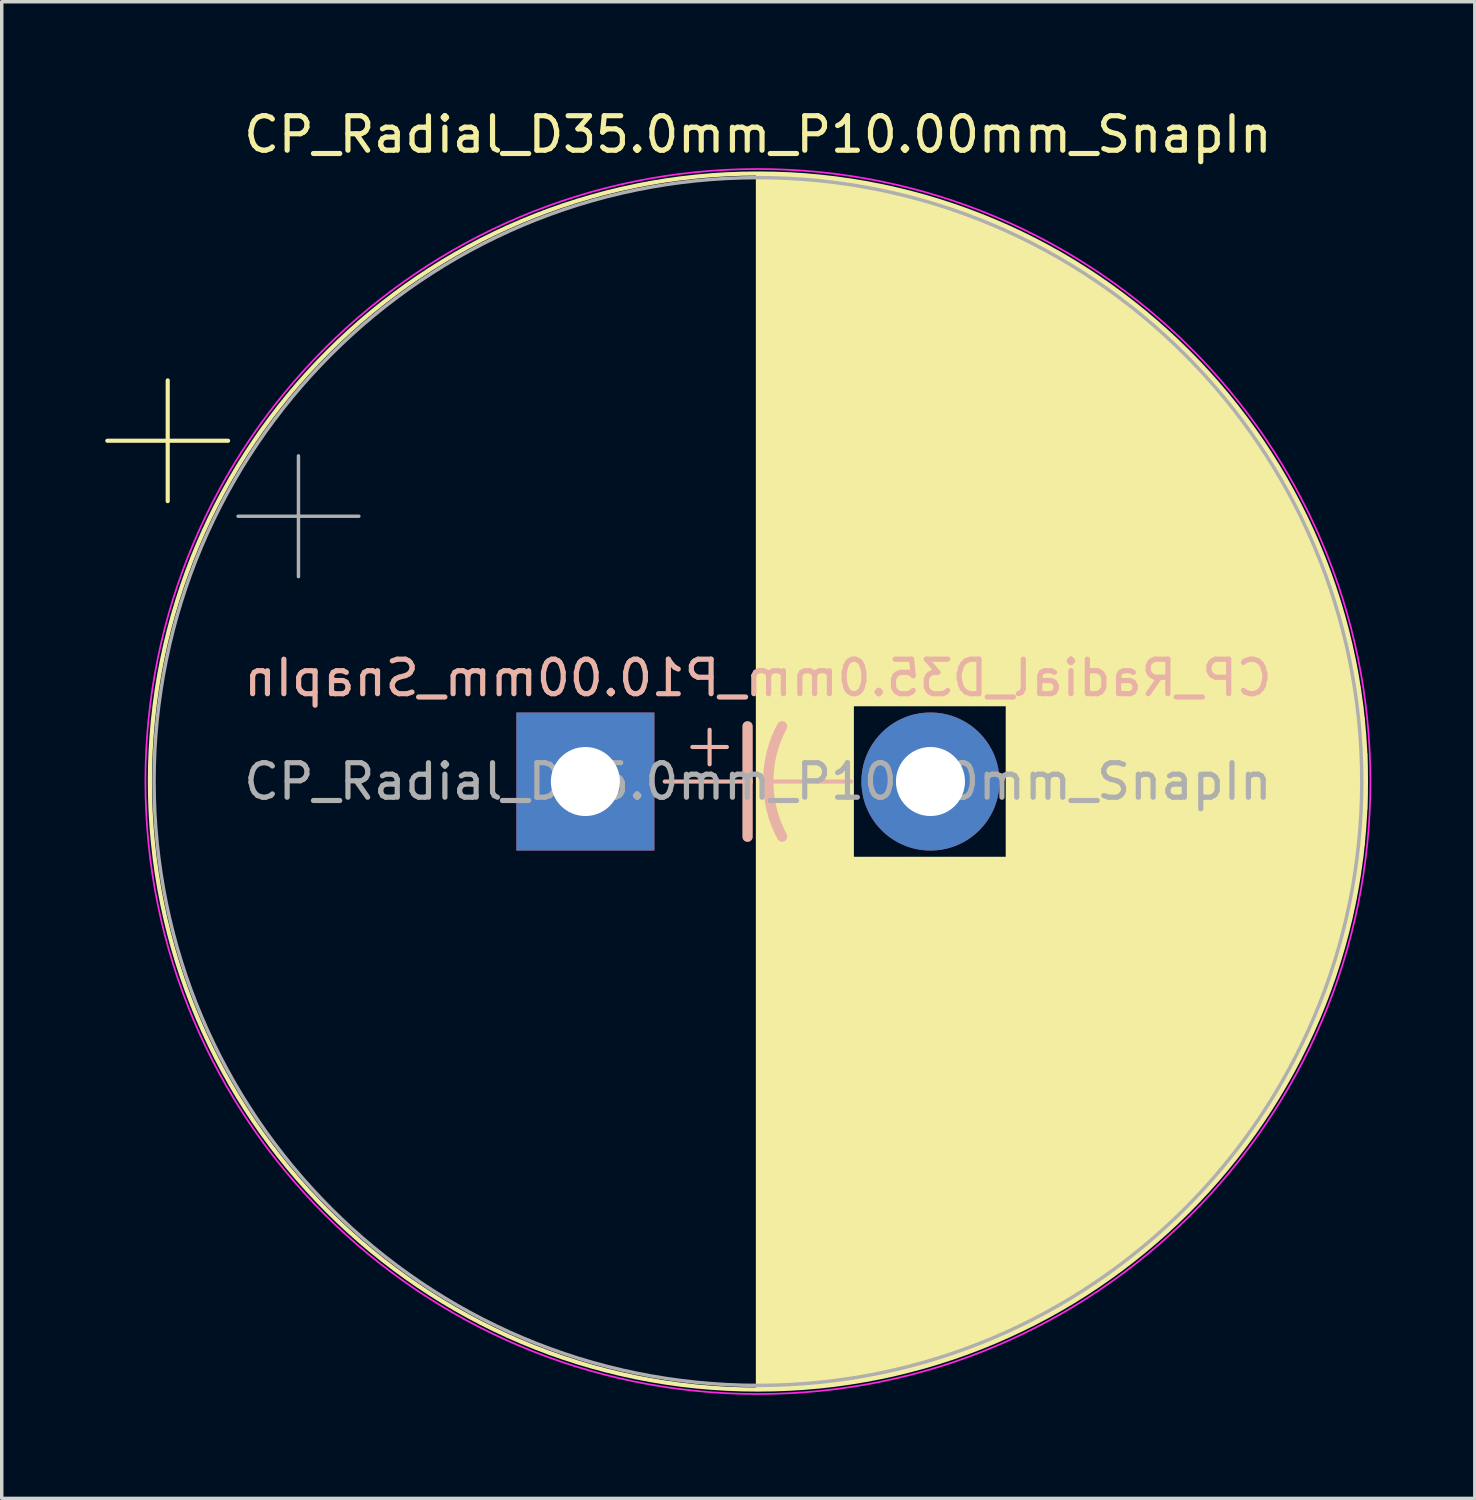
<source format=kicad_pcb>
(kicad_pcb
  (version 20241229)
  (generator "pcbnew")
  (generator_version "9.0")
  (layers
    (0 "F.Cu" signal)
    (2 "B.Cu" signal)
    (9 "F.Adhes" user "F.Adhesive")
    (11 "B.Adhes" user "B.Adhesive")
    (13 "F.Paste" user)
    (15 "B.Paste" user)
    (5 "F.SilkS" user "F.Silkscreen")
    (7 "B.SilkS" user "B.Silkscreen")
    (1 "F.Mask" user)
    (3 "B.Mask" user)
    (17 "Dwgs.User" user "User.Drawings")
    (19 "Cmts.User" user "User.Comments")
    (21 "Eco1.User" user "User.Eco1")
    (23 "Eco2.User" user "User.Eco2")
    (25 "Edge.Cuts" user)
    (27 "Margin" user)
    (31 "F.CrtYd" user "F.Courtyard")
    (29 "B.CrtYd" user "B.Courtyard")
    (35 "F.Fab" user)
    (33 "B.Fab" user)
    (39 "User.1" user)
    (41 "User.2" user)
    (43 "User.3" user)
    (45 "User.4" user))
  (footprint "CP_Radial_D35.0mm_P10.00mm_SnapIn"
    (layer "F.Cu")
    (at 13.914 19.598)
    (property "Reference" "CP_Radial_D35.0mm_P10.00mm_SnapIn" (at 5 -18.75 0) (layer "F.SilkS") (effects (font (size 1 1) (thickness 0.15))))
    (fp_line (start -13.854 -9.875) (end -10.354 -9.875) (stroke (width 0.12) (type solid)) (layer "F.SilkS"))
    (fp_line (start -12.104 -11.625) (end -12.104 -8.125) (stroke (width 0.12) (type solid)) (layer "F.SilkS"))
    (fp_line (start 5 -17.58) (end 5 17.58) (stroke (width 0.12) (type solid)) (layer "F.SilkS"))
    (fp_line (start 5.04 -17.58) (end 5.04 17.58) (stroke (width 0.12) (type solid)) (layer "F.SilkS"))
    (fp_line (start 5.08 -17.58) (end 5.08 17.58) (stroke (width 0.12) (type solid)) (layer "F.SilkS"))
    (fp_line (start 5.12 -17.58) (end 5.12 17.58) (stroke (width 0.12) (type solid)) (layer "F.SilkS"))
    (fp_line (start 5.16 -17.58) (end 5.16 17.58) (stroke (width 0.12) (type solid)) (layer "F.SilkS"))
    (fp_line (start 5.2 -17.579) (end 5.2 17.579) (stroke (width 0.12) (type solid)) (layer "F.SilkS"))
    (fp_line (start 5.24 -17.579) (end 5.24 17.579) (stroke (width 0.12) (type solid)) (layer "F.SilkS"))
    (fp_line (start 5.28 -17.578) (end 5.28 17.578) (stroke (width 0.12) (type solid)) (layer "F.SilkS"))
    (fp_line (start 5.32 -17.578) (end 5.32 17.578) (stroke (width 0.12) (type solid)) (layer "F.SilkS"))
    (fp_line (start 5.36 -17.577) (end 5.36 17.577) (stroke (width 0.12) (type solid)) (layer "F.SilkS"))
    (fp_line (start 5.4 -17.576) (end 5.4 17.576) (stroke (width 0.12) (type solid)) (layer "F.SilkS"))
    (fp_line (start 5.44 -17.575) (end 5.44 17.575) (stroke (width 0.12) (type solid)) (layer "F.SilkS"))
    (fp_line (start 5.48 -17.574) (end 5.48 17.574) (stroke (width 0.12) (type solid)) (layer "F.SilkS"))
    (fp_line (start 5.52 -17.573) (end 5.52 17.573) (stroke (width 0.12) (type solid)) (layer "F.SilkS"))
    (fp_line (start 5.56 -17.572) (end 5.56 17.572) (stroke (width 0.12) (type solid)) (layer "F.SilkS"))
    (fp_line (start 5.6 -17.57) (end 5.6 17.57) (stroke (width 0.12) (type solid)) (layer "F.SilkS"))
    (fp_line (start 5.64 -17.569) (end 5.64 17.569) (stroke (width 0.12) (type solid)) (layer "F.SilkS"))
    (fp_line (start 5.68 -17.567) (end 5.68 17.567) (stroke (width 0.12) (type solid)) (layer "F.SilkS"))
    (fp_line (start 5.721 -17.566) (end 5.721 17.566) (stroke (width 0.12) (type solid)) (layer "F.SilkS"))
    (fp_line (start 5.761 -17.564) (end 5.761 17.564) (stroke (width 0.12) (type solid)) (layer "F.SilkS"))
    (fp_line (start 5.801 -17.562) (end 5.801 17.562) (stroke (width 0.12) (type solid)) (layer "F.SilkS"))
    (fp_line (start 5.841 -17.56) (end 5.841 17.56) (stroke (width 0.12) (type solid)) (layer "F.SilkS"))
    (fp_line (start 5.881 -17.559) (end 5.881 17.559) (stroke (width 0.12) (type solid)) (layer "F.SilkS"))
    (fp_line (start 5.921 -17.556) (end 5.921 17.556) (stroke (width 0.12) (type solid)) (layer "F.SilkS"))
    (fp_line (start 5.961 -17.554) (end 5.961 17.554) (stroke (width 0.12) (type solid)) (layer "F.SilkS"))
    (fp_line (start 6.001 -17.552) (end 6.001 17.552) (stroke (width 0.12) (type solid)) (layer "F.SilkS"))
    (fp_line (start 6.041 -17.55) (end 6.041 17.55) (stroke (width 0.12) (type solid)) (layer "F.SilkS"))
    (fp_line (start 6.081 -17.547) (end 6.081 17.547) (stroke (width 0.12) (type solid)) (layer "F.SilkS"))
    (fp_line (start 6.121 -17.545) (end 6.121 17.545) (stroke (width 0.12) (type solid)) (layer "F.SilkS"))
    (fp_line (start 6.161 -17.542) (end 6.161 17.542) (stroke (width 0.12) (type solid)) (layer "F.SilkS"))
    (fp_line (start 6.201 -17.54) (end 6.201 17.54) (stroke (width 0.12) (type solid)) (layer "F.SilkS"))
    (fp_line (start 6.241 -17.537) (end 6.241 17.537) (stroke (width 0.12) (type solid)) (layer "F.SilkS"))
    (fp_line (start 6.281 -17.534) (end 6.281 17.534) (stroke (width 0.12) (type solid)) (layer "F.SilkS"))
    (fp_line (start 6.321 -17.531) (end 6.321 17.531) (stroke (width 0.12) (type solid)) (layer "F.SilkS"))
    (fp_line (start 6.361 -17.528) (end 6.361 17.528) (stroke (width 0.12) (type solid)) (layer "F.SilkS"))
    (fp_line (start 6.401 -17.525) (end 6.401 17.525) (stroke (width 0.12) (type solid)) (layer "F.SilkS"))
    (fp_line (start 6.441 -17.522) (end 6.441 17.522) (stroke (width 0.12) (type solid)) (layer "F.SilkS"))
    (fp_line (start 6.481 -17.518) (end 6.481 17.518) (stroke (width 0.12) (type solid)) (layer "F.SilkS"))
    (fp_line (start 6.521 -17.515) (end 6.521 17.515) (stroke (width 0.12) (type solid)) (layer "F.SilkS"))
    (fp_line (start 6.561 -17.511) (end 6.561 17.511) (stroke (width 0.12) (type solid)) (layer "F.SilkS"))
    (fp_line (start 6.601 -17.508) (end 6.601 17.508) (stroke (width 0.12) (type solid)) (layer "F.SilkS"))
    (fp_line (start 6.641 -17.504) (end 6.641 17.504) (stroke (width 0.12) (type solid)) (layer "F.SilkS"))
    (fp_line (start 6.681 -17.5) (end 6.681 17.5) (stroke (width 0.12) (type solid)) (layer "F.SilkS"))
    (fp_line (start 6.721 -17.496) (end 6.721 17.496) (stroke (width 0.12) (type solid)) (layer "F.SilkS"))
    (fp_line (start 6.761 -17.492) (end 6.761 17.492) (stroke (width 0.12) (type solid)) (layer "F.SilkS"))
    (fp_line (start 6.801 -17.488) (end 6.801 17.488) (stroke (width 0.12) (type solid)) (layer "F.SilkS"))
    (fp_line (start 6.841 -17.484) (end 6.841 17.484) (stroke (width 0.12) (type solid)) (layer "F.SilkS"))
    (fp_line (start 6.881 -17.48) (end 6.881 17.48) (stroke (width 0.12) (type solid)) (layer "F.SilkS"))
    (fp_line (start 6.921 -17.476) (end 6.921 17.476) (stroke (width 0.12) (type solid)) (layer "F.SilkS"))
    (fp_line (start 6.961 -17.471) (end 6.961 17.471) (stroke (width 0.12) (type solid)) (layer "F.SilkS"))
    (fp_line (start 7.001 -17.467) (end 7.001 17.467) (stroke (width 0.12) (type solid)) (layer "F.SilkS"))
    (fp_line (start 7.041 -17.462) (end 7.041 17.462) (stroke (width 0.12) (type solid)) (layer "F.SilkS"))
    (fp_line (start 7.081 -17.457) (end 7.081 17.457) (stroke (width 0.12) (type solid)) (layer "F.SilkS"))
    (fp_line (start 7.121 -17.452) (end 7.121 17.452) (stroke (width 0.12) (type solid)) (layer "F.SilkS"))
    (fp_line (start 7.161 -17.448) (end 7.161 17.448) (stroke (width 0.12) (type solid)) (layer "F.SilkS"))
    (fp_line (start 7.201 -17.443) (end 7.201 17.443) (stroke (width 0.12) (type solid)) (layer "F.SilkS"))
    (fp_line (start 7.241 -17.438) (end 7.241 17.438) (stroke (width 0.12) (type solid)) (layer "F.SilkS"))
    (fp_line (start 7.281 -17.432) (end 7.281 17.432) (stroke (width 0.12) (type solid)) (layer "F.SilkS"))
    (fp_line (start 7.321 -17.427) (end 7.321 17.427) (stroke (width 0.12) (type solid)) (layer "F.SilkS"))
    (fp_line (start 7.361 -17.422) (end 7.361 17.422) (stroke (width 0.12) (type solid)) (layer "F.SilkS"))
    (fp_line (start 7.401 -17.416) (end 7.401 17.416) (stroke (width 0.12) (type solid)) (layer "F.SilkS"))
    (fp_line (start 7.441 -17.411) (end 7.441 17.411) (stroke (width 0.12) (type solid)) (layer "F.SilkS"))
    (fp_line (start 7.481 -17.405) (end 7.481 17.405) (stroke (width 0.12) (type solid)) (layer "F.SilkS"))
    (fp_line (start 7.521 -17.399) (end 7.521 17.399) (stroke (width 0.12) (type solid)) (layer "F.SilkS"))
    (fp_line (start 7.561 -17.394) (end 7.561 17.394) (stroke (width 0.12) (type solid)) (layer "F.SilkS"))
    (fp_line (start 7.601 -17.388) (end 7.601 17.388) (stroke (width 0.12) (type solid)) (layer "F.SilkS"))
    (fp_line (start 7.641 -17.382) (end 7.641 17.382) (stroke (width 0.12) (type solid)) (layer "F.SilkS"))
    (fp_line (start 7.681 -17.375) (end 7.681 17.375) (stroke (width 0.12) (type solid)) (layer "F.SilkS"))
    (fp_line (start 7.721 -17.369) (end 7.721 17.369) (stroke (width 0.12) (type solid)) (layer "F.SilkS"))
    (fp_line (start 7.761 -17.363) (end 7.761 -2.24) (stroke (width 0.12) (type solid)) (layer "F.SilkS"))
    (fp_line (start 7.761 2.24) (end 7.761 17.363) (stroke (width 0.12) (type solid)) (layer "F.SilkS"))
    (fp_line (start 7.801 -17.357) (end 7.801 -2.24) (stroke (width 0.12) (type solid)) (layer "F.SilkS"))
    (fp_line (start 7.801 2.24) (end 7.801 17.357) (stroke (width 0.12) (type solid)) (layer "F.SilkS"))
    (fp_line (start 7.841 -17.35) (end 7.841 -2.24) (stroke (width 0.12) (type solid)) (layer "F.SilkS"))
    (fp_line (start 7.841 2.24) (end 7.841 17.35) (stroke (width 0.12) (type solid)) (layer "F.SilkS"))
    (fp_line (start 7.881 -17.344) (end 7.881 -2.24) (stroke (width 0.12) (type solid)) (layer "F.SilkS"))
    (fp_line (start 7.881 2.24) (end 7.881 17.344) (stroke (width 0.12) (type solid)) (layer "F.SilkS"))
    (fp_line (start 7.921 -17.337) (end 7.921 -2.24) (stroke (width 0.12) (type solid)) (layer "F.SilkS"))
    (fp_line (start 7.921 2.24) (end 7.921 17.337) (stroke (width 0.12) (type solid)) (layer "F.SilkS"))
    (fp_line (start 7.961 -17.33) (end 7.961 -2.24) (stroke (width 0.12) (type solid)) (layer "F.SilkS"))
    (fp_line (start 7.961 2.24) (end 7.961 17.33) (stroke (width 0.12) (type solid)) (layer "F.SilkS"))
    (fp_line (start 8.001 -17.323) (end 8.001 -2.24) (stroke (width 0.12) (type solid)) (layer "F.SilkS"))
    (fp_line (start 8.001 2.24) (end 8.001 17.323) (stroke (width 0.12) (type solid)) (layer "F.SilkS"))
    (fp_line (start 8.041 -17.316) (end 8.041 -2.24) (stroke (width 0.12) (type solid)) (layer "F.SilkS"))
    (fp_line (start 8.041 2.24) (end 8.041 17.316) (stroke (width 0.12) (type solid)) (layer "F.SilkS"))
    (fp_line (start 8.081 -17.309) (end 8.081 -2.24) (stroke (width 0.12) (type solid)) (layer "F.SilkS"))
    (fp_line (start 8.081 2.24) (end 8.081 17.309) (stroke (width 0.12) (type solid)) (layer "F.SilkS"))
    (fp_line (start 8.121 -17.302) (end 8.121 -2.24) (stroke (width 0.12) (type solid)) (layer "F.SilkS"))
    (fp_line (start 8.121 2.24) (end 8.121 17.302) (stroke (width 0.12) (type solid)) (layer "F.SilkS"))
    (fp_line (start 8.161 -17.295) (end 8.161 -2.24) (stroke (width 0.12) (type solid)) (layer "F.SilkS"))
    (fp_line (start 8.161 2.24) (end 8.161 17.295) (stroke (width 0.12) (type solid)) (layer "F.SilkS"))
    (fp_line (start 8.201 -17.287) (end 8.201 -2.24) (stroke (width 0.12) (type solid)) (layer "F.SilkS"))
    (fp_line (start 8.201 2.24) (end 8.201 17.287) (stroke (width 0.12) (type solid)) (layer "F.SilkS"))
    (fp_line (start 8.241 -17.28) (end 8.241 -2.24) (stroke (width 0.12) (type solid)) (layer "F.SilkS"))
    (fp_line (start 8.241 2.24) (end 8.241 17.28) (stroke (width 0.12) (type solid)) (layer "F.SilkS"))
    (fp_line (start 8.281 -17.273) (end 8.281 -2.24) (stroke (width 0.12) (type solid)) (layer "F.SilkS"))
    (fp_line (start 8.281 2.24) (end 8.281 17.273) (stroke (width 0.12) (type solid)) (layer "F.SilkS"))
    (fp_line (start 8.321 -17.265) (end 8.321 -2.24) (stroke (width 0.12) (type solid)) (layer "F.SilkS"))
    (fp_line (start 8.321 2.24) (end 8.321 17.265) (stroke (width 0.12) (type solid)) (layer "F.SilkS"))
    (fp_line (start 8.361 -17.257) (end 8.361 -2.24) (stroke (width 0.12) (type solid)) (layer "F.SilkS"))
    (fp_line (start 8.361 2.24) (end 8.361 17.257) (stroke (width 0.12) (type solid)) (layer "F.SilkS"))
    (fp_line (start 8.401 -17.249) (end 8.401 -2.24) (stroke (width 0.12) (type solid)) (layer "F.SilkS"))
    (fp_line (start 8.401 2.24) (end 8.401 17.249) (stroke (width 0.12) (type solid)) (layer "F.SilkS"))
    (fp_line (start 8.441 -17.241) (end 8.441 -2.24) (stroke (width 0.12) (type solid)) (layer "F.SilkS"))
    (fp_line (start 8.441 2.24) (end 8.441 17.241) (stroke (width 0.12) (type solid)) (layer "F.SilkS"))
    (fp_line (start 8.481 -17.233) (end 8.481 -2.24) (stroke (width 0.12) (type solid)) (layer "F.SilkS"))
    (fp_line (start 8.481 2.24) (end 8.481 17.233) (stroke (width 0.12) (type solid)) (layer "F.SilkS"))
    (fp_line (start 8.521 -17.225) (end 8.521 -2.24) (stroke (width 0.12) (type solid)) (layer "F.SilkS"))
    (fp_line (start 8.521 2.24) (end 8.521 17.225) (stroke (width 0.12) (type solid)) (layer "F.SilkS"))
    (fp_line (start 8.561 -17.217) (end 8.561 -2.24) (stroke (width 0.12) (type solid)) (layer "F.SilkS"))
    (fp_line (start 8.561 2.24) (end 8.561 17.217) (stroke (width 0.12) (type solid)) (layer "F.SilkS"))
    (fp_line (start 8.601 -17.209) (end 8.601 -2.24) (stroke (width 0.12) (type solid)) (layer "F.SilkS"))
    (fp_line (start 8.601 2.24) (end 8.601 17.209) (stroke (width 0.12) (type solid)) (layer "F.SilkS"))
    (fp_line (start 8.641 -17.2) (end 8.641 -2.24) (stroke (width 0.12) (type solid)) (layer "F.SilkS"))
    (fp_line (start 8.641 2.24) (end 8.641 17.2) (stroke (width 0.12) (type solid)) (layer "F.SilkS"))
    (fp_line (start 8.681 -17.192) (end 8.681 -2.24) (stroke (width 0.12) (type solid)) (layer "F.SilkS"))
    (fp_line (start 8.681 2.24) (end 8.681 17.192) (stroke (width 0.12) (type solid)) (layer "F.SilkS"))
    (fp_line (start 8.721 -17.183) (end 8.721 -2.24) (stroke (width 0.12) (type solid)) (layer "F.SilkS"))
    (fp_line (start 8.721 2.24) (end 8.721 17.183) (stroke (width 0.12) (type solid)) (layer "F.SilkS"))
    (fp_line (start 8.761 -17.175) (end 8.761 -2.24) (stroke (width 0.12) (type solid)) (layer "F.SilkS"))
    (fp_line (start 8.761 2.24) (end 8.761 17.175) (stroke (width 0.12) (type solid)) (layer "F.SilkS"))
    (fp_line (start 8.801 -17.166) (end 8.801 -2.24) (stroke (width 0.12) (type solid)) (layer "F.SilkS"))
    (fp_line (start 8.801 2.24) (end 8.801 17.166) (stroke (width 0.12) (type solid)) (layer "F.SilkS"))
    (fp_line (start 8.841 -17.157) (end 8.841 -2.24) (stroke (width 0.12) (type solid)) (layer "F.SilkS"))
    (fp_line (start 8.841 2.24) (end 8.841 17.157) (stroke (width 0.12) (type solid)) (layer "F.SilkS"))
    (fp_line (start 8.881 -17.148) (end 8.881 -2.24) (stroke (width 0.12) (type solid)) (layer "F.SilkS"))
    (fp_line (start 8.881 2.24) (end 8.881 17.148) (stroke (width 0.12) (type solid)) (layer "F.SilkS"))
    (fp_line (start 8.921 -17.139) (end 8.921 -2.24) (stroke (width 0.12) (type solid)) (layer "F.SilkS"))
    (fp_line (start 8.921 2.24) (end 8.921 17.139) (stroke (width 0.12) (type solid)) (layer "F.SilkS"))
    (fp_line (start 8.961 -17.13) (end 8.961 -2.24) (stroke (width 0.12) (type solid)) (layer "F.SilkS"))
    (fp_line (start 8.961 2.24) (end 8.961 17.13) (stroke (width 0.12) (type solid)) (layer "F.SilkS"))
    (fp_line (start 9.001 -17.12) (end 9.001 -2.24) (stroke (width 0.12) (type solid)) (layer "F.SilkS"))
    (fp_line (start 9.001 2.24) (end 9.001 17.12) (stroke (width 0.12) (type solid)) (layer "F.SilkS"))
    (fp_line (start 9.041 -17.111) (end 9.041 -2.24) (stroke (width 0.12) (type solid)) (layer "F.SilkS"))
    (fp_line (start 9.041 2.24) (end 9.041 17.111) (stroke (width 0.12) (type solid)) (layer "F.SilkS"))
    (fp_line (start 9.081 -17.102) (end 9.081 -2.24) (stroke (width 0.12) (type solid)) (layer "F.SilkS"))
    (fp_line (start 9.081 2.24) (end 9.081 17.102) (stroke (width 0.12) (type solid)) (layer "F.SilkS"))
    (fp_line (start 9.121 -17.092) (end 9.121 -2.24) (stroke (width 0.12) (type solid)) (layer "F.SilkS"))
    (fp_line (start 9.121 2.24) (end 9.121 17.092) (stroke (width 0.12) (type solid)) (layer "F.SilkS"))
    (fp_line (start 9.161 -17.082) (end 9.161 -2.24) (stroke (width 0.12) (type solid)) (layer "F.SilkS"))
    (fp_line (start 9.161 2.24) (end 9.161 17.082) (stroke (width 0.12) (type solid)) (layer "F.SilkS"))
    (fp_line (start 9.201 -17.073) (end 9.201 -2.24) (stroke (width 0.12) (type solid)) (layer "F.SilkS"))
    (fp_line (start 9.201 2.24) (end 9.201 17.073) (stroke (width 0.12) (type solid)) (layer "F.SilkS"))
    (fp_line (start 9.241 -17.063) (end 9.241 -2.24) (stroke (width 0.12) (type solid)) (layer "F.SilkS"))
    (fp_line (start 9.241 2.24) (end 9.241 17.063) (stroke (width 0.12) (type solid)) (layer "F.SilkS"))
    (fp_line (start 9.281 -17.053) (end 9.281 -2.24) (stroke (width 0.12) (type solid)) (layer "F.SilkS"))
    (fp_line (start 9.281 2.24) (end 9.281 17.053) (stroke (width 0.12) (type solid)) (layer "F.SilkS"))
    (fp_line (start 9.321 -17.043) (end 9.321 -2.24) (stroke (width 0.12) (type solid)) (layer "F.SilkS"))
    (fp_line (start 9.321 2.24) (end 9.321 17.043) (stroke (width 0.12) (type solid)) (layer "F.SilkS"))
    (fp_line (start 9.361 -17.033) (end 9.361 -2.24) (stroke (width 0.12) (type solid)) (layer "F.SilkS"))
    (fp_line (start 9.361 2.24) (end 9.361 17.033) (stroke (width 0.12) (type solid)) (layer "F.SilkS"))
    (fp_line (start 9.401 -17.022) (end 9.401 -2.24) (stroke (width 0.12) (type solid)) (layer "F.SilkS"))
    (fp_line (start 9.401 2.24) (end 9.401 17.022) (stroke (width 0.12) (type solid)) (layer "F.SilkS"))
    (fp_line (start 9.441 -17.012) (end 9.441 -2.24) (stroke (width 0.12) (type solid)) (layer "F.SilkS"))
    (fp_line (start 9.441 2.24) (end 9.441 17.012) (stroke (width 0.12) (type solid)) (layer "F.SilkS"))
    (fp_line (start 9.481 -17.001) (end 9.481 -2.24) (stroke (width 0.12) (type solid)) (layer "F.SilkS"))
    (fp_line (start 9.481 2.24) (end 9.481 17.001) (stroke (width 0.12) (type solid)) (layer "F.SilkS"))
    (fp_line (start 9.521 -16.991) (end 9.521 -2.24) (stroke (width 0.12) (type solid)) (layer "F.SilkS"))
    (fp_line (start 9.521 2.24) (end 9.521 16.991) (stroke (width 0.12) (type solid)) (layer "F.SilkS"))
    (fp_line (start 9.561 -16.98) (end 9.561 -2.24) (stroke (width 0.12) (type solid)) (layer "F.SilkS"))
    (fp_line (start 9.561 2.24) (end 9.561 16.98) (stroke (width 0.12) (type solid)) (layer "F.SilkS"))
    (fp_line (start 9.601 -16.969) (end 9.601 -2.24) (stroke (width 0.12) (type solid)) (layer "F.SilkS"))
    (fp_line (start 9.601 2.24) (end 9.601 16.969) (stroke (width 0.12) (type solid)) (layer "F.SilkS"))
    (fp_line (start 9.641 -16.959) (end 9.641 -2.24) (stroke (width 0.12) (type solid)) (layer "F.SilkS"))
    (fp_line (start 9.641 2.24) (end 9.641 16.959) (stroke (width 0.12) (type solid)) (layer "F.SilkS"))
    (fp_line (start 9.681 -16.948) (end 9.681 -2.24) (stroke (width 0.12) (type solid)) (layer "F.SilkS"))
    (fp_line (start 9.681 2.24) (end 9.681 16.948) (stroke (width 0.12) (type solid)) (layer "F.SilkS"))
    (fp_line (start 9.721 -16.937) (end 9.721 -2.24) (stroke (width 0.12) (type solid)) (layer "F.SilkS"))
    (fp_line (start 9.721 2.24) (end 9.721 16.937) (stroke (width 0.12) (type solid)) (layer "F.SilkS"))
    (fp_line (start 9.761 -16.925) (end 9.761 -2.24) (stroke (width 0.12) (type solid)) (layer "F.SilkS"))
    (fp_line (start 9.761 2.24) (end 9.761 16.925) (stroke (width 0.12) (type solid)) (layer "F.SilkS"))
    (fp_line (start 9.801 -16.914) (end 9.801 -2.24) (stroke (width 0.12) (type solid)) (layer "F.SilkS"))
    (fp_line (start 9.801 2.24) (end 9.801 16.914) (stroke (width 0.12) (type solid)) (layer "F.SilkS"))
    (fp_line (start 9.841 -16.903) (end 9.841 -2.24) (stroke (width 0.12) (type solid)) (layer "F.SilkS"))
    (fp_line (start 9.841 2.24) (end 9.841 16.903) (stroke (width 0.12) (type solid)) (layer "F.SilkS"))
    (fp_line (start 9.881 -16.891) (end 9.881 -2.24) (stroke (width 0.12) (type solid)) (layer "F.SilkS"))
    (fp_line (start 9.881 2.24) (end 9.881 16.891) (stroke (width 0.12) (type solid)) (layer "F.SilkS"))
    (fp_line (start 9.921 -16.88) (end 9.921 -2.24) (stroke (width 0.12) (type solid)) (layer "F.SilkS"))
    (fp_line (start 9.921 2.24) (end 9.921 16.88) (stroke (width 0.12) (type solid)) (layer "F.SilkS"))
    (fp_line (start 9.961 -16.868) (end 9.961 -2.24) (stroke (width 0.12) (type solid)) (layer "F.SilkS"))
    (fp_line (start 9.961 2.24) (end 9.961 16.868) (stroke (width 0.12) (type solid)) (layer "F.SilkS"))
    (fp_line (start 10.001 -16.856) (end 10.001 -2.24) (stroke (width 0.12) (type solid)) (layer "F.SilkS"))
    (fp_line (start 10.001 2.24) (end 10.001 16.856) (stroke (width 0.12) (type solid)) (layer "F.SilkS"))
    (fp_line (start 10.041 -16.844) (end 10.041 -2.24) (stroke (width 0.12) (type solid)) (layer "F.SilkS"))
    (fp_line (start 10.041 2.24) (end 10.041 16.844) (stroke (width 0.12) (type solid)) (layer "F.SilkS"))
    (fp_line (start 10.081 -16.832) (end 10.081 -2.24) (stroke (width 0.12) (type solid)) (layer "F.SilkS"))
    (fp_line (start 10.081 2.24) (end 10.081 16.832) (stroke (width 0.12) (type solid)) (layer "F.SilkS"))
    (fp_line (start 10.121 -16.82) (end 10.121 -2.24) (stroke (width 0.12) (type solid)) (layer "F.SilkS"))
    (fp_line (start 10.121 2.24) (end 10.121 16.82) (stroke (width 0.12) (type solid)) (layer "F.SilkS"))
    (fp_line (start 10.161 -16.808) (end 10.161 -2.24) (stroke (width 0.12) (type solid)) (layer "F.SilkS"))
    (fp_line (start 10.161 2.24) (end 10.161 16.808) (stroke (width 0.12) (type solid)) (layer "F.SilkS"))
    (fp_line (start 10.201 -16.796) (end 10.201 -2.24) (stroke (width 0.12) (type solid)) (layer "F.SilkS"))
    (fp_line (start 10.201 2.24) (end 10.201 16.796) (stroke (width 0.12) (type solid)) (layer "F.SilkS"))
    (fp_line (start 10.241 -16.783) (end 10.241 -2.24) (stroke (width 0.12) (type solid)) (layer "F.SilkS"))
    (fp_line (start 10.241 2.24) (end 10.241 16.783) (stroke (width 0.12) (type solid)) (layer "F.SilkS"))
    (fp_line (start 10.281 -16.771) (end 10.281 -2.24) (stroke (width 0.12) (type solid)) (layer "F.SilkS"))
    (fp_line (start 10.281 2.24) (end 10.281 16.771) (stroke (width 0.12) (type solid)) (layer "F.SilkS"))
    (fp_line (start 10.321 -16.758) (end 10.321 -2.24) (stroke (width 0.12) (type solid)) (layer "F.SilkS"))
    (fp_line (start 10.321 2.24) (end 10.321 16.758) (stroke (width 0.12) (type solid)) (layer "F.SilkS"))
    (fp_line (start 10.361 -16.745) (end 10.361 -2.24) (stroke (width 0.12) (type solid)) (layer "F.SilkS"))
    (fp_line (start 10.361 2.24) (end 10.361 16.745) (stroke (width 0.12) (type solid)) (layer "F.SilkS"))
    (fp_line (start 10.401 -16.733) (end 10.401 -2.24) (stroke (width 0.12) (type solid)) (layer "F.SilkS"))
    (fp_line (start 10.401 2.24) (end 10.401 16.733) (stroke (width 0.12) (type solid)) (layer "F.SilkS"))
    (fp_line (start 10.441 -16.72) (end 10.441 -2.24) (stroke (width 0.12) (type solid)) (layer "F.SilkS"))
    (fp_line (start 10.441 2.24) (end 10.441 16.72) (stroke (width 0.12) (type solid)) (layer "F.SilkS"))
    (fp_line (start 10.481 -16.707) (end 10.481 -2.24) (stroke (width 0.12) (type solid)) (layer "F.SilkS"))
    (fp_line (start 10.481 2.24) (end 10.481 16.707) (stroke (width 0.12) (type solid)) (layer "F.SilkS"))
    (fp_line (start 10.521 -16.694) (end 10.521 -2.24) (stroke (width 0.12) (type solid)) (layer "F.SilkS"))
    (fp_line (start 10.521 2.24) (end 10.521 16.694) (stroke (width 0.12) (type solid)) (layer "F.SilkS"))
    (fp_line (start 10.561 -16.68) (end 10.561 -2.24) (stroke (width 0.12) (type solid)) (layer "F.SilkS"))
    (fp_line (start 10.561 2.24) (end 10.561 16.68) (stroke (width 0.12) (type solid)) (layer "F.SilkS"))
    (fp_line (start 10.601 -16.667) (end 10.601 -2.24) (stroke (width 0.12) (type solid)) (layer "F.SilkS"))
    (fp_line (start 10.601 2.24) (end 10.601 16.667) (stroke (width 0.12) (type solid)) (layer "F.SilkS"))
    (fp_line (start 10.641 -16.653) (end 10.641 -2.24) (stroke (width 0.12) (type solid)) (layer "F.SilkS"))
    (fp_line (start 10.641 2.24) (end 10.641 16.653) (stroke (width 0.12) (type solid)) (layer "F.SilkS"))
    (fp_line (start 10.681 -16.64) (end 10.681 -2.24) (stroke (width 0.12) (type solid)) (layer "F.SilkS"))
    (fp_line (start 10.681 2.24) (end 10.681 16.64) (stroke (width 0.12) (type solid)) (layer "F.SilkS"))
    (fp_line (start 10.721 -16.626) (end 10.721 -2.24) (stroke (width 0.12) (type solid)) (layer "F.SilkS"))
    (fp_line (start 10.721 2.24) (end 10.721 16.626) (stroke (width 0.12) (type solid)) (layer "F.SilkS"))
    (fp_line (start 10.761 -16.612) (end 10.761 -2.24) (stroke (width 0.12) (type solid)) (layer "F.SilkS"))
    (fp_line (start 10.761 2.24) (end 10.761 16.612) (stroke (width 0.12) (type solid)) (layer "F.SilkS"))
    (fp_line (start 10.801 -16.599) (end 10.801 -2.24) (stroke (width 0.12) (type solid)) (layer "F.SilkS"))
    (fp_line (start 10.801 2.24) (end 10.801 16.599) (stroke (width 0.12) (type solid)) (layer "F.SilkS"))
    (fp_line (start 10.841 -16.585) (end 10.841 -2.24) (stroke (width 0.12) (type solid)) (layer "F.SilkS"))
    (fp_line (start 10.841 2.24) (end 10.841 16.585) (stroke (width 0.12) (type solid)) (layer "F.SilkS"))
    (fp_line (start 10.881 -16.57) (end 10.881 -2.24) (stroke (width 0.12) (type solid)) (layer "F.SilkS"))
    (fp_line (start 10.881 2.24) (end 10.881 16.57) (stroke (width 0.12) (type solid)) (layer "F.SilkS"))
    (fp_line (start 10.921 -16.556) (end 10.921 -2.24) (stroke (width 0.12) (type solid)) (layer "F.SilkS"))
    (fp_line (start 10.921 2.24) (end 10.921 16.556) (stroke (width 0.12) (type solid)) (layer "F.SilkS"))
    (fp_line (start 10.961 -16.542) (end 10.961 -2.24) (stroke (width 0.12) (type solid)) (layer "F.SilkS"))
    (fp_line (start 10.961 2.24) (end 10.961 16.542) (stroke (width 0.12) (type solid)) (layer "F.SilkS"))
    (fp_line (start 11.001 -16.527) (end 11.001 -2.24) (stroke (width 0.12) (type solid)) (layer "F.SilkS"))
    (fp_line (start 11.001 2.24) (end 11.001 16.527) (stroke (width 0.12) (type solid)) (layer "F.SilkS"))
    (fp_line (start 11.041 -16.513) (end 11.041 -2.24) (stroke (width 0.12) (type solid)) (layer "F.SilkS"))
    (fp_line (start 11.041 2.24) (end 11.041 16.513) (stroke (width 0.12) (type solid)) (layer "F.SilkS"))
    (fp_line (start 11.081 -16.498) (end 11.081 -2.24) (stroke (width 0.12) (type solid)) (layer "F.SilkS"))
    (fp_line (start 11.081 2.24) (end 11.081 16.498) (stroke (width 0.12) (type solid)) (layer "F.SilkS"))
    (fp_line (start 11.121 -16.484) (end 11.121 -2.24) (stroke (width 0.12) (type solid)) (layer "F.SilkS"))
    (fp_line (start 11.121 2.24) (end 11.121 16.484) (stroke (width 0.12) (type solid)) (layer "F.SilkS"))
    (fp_line (start 11.161 -16.469) (end 11.161 -2.24) (stroke (width 0.12) (type solid)) (layer "F.SilkS"))
    (fp_line (start 11.161 2.24) (end 11.161 16.469) (stroke (width 0.12) (type solid)) (layer "F.SilkS"))
    (fp_line (start 11.201 -16.454) (end 11.201 -2.24) (stroke (width 0.12) (type solid)) (layer "F.SilkS"))
    (fp_line (start 11.201 2.24) (end 11.201 16.454) (stroke (width 0.12) (type solid)) (layer "F.SilkS"))
    (fp_line (start 11.241 -16.439) (end 11.241 -2.24) (stroke (width 0.12) (type solid)) (layer "F.SilkS"))
    (fp_line (start 11.241 2.24) (end 11.241 16.439) (stroke (width 0.12) (type solid)) (layer "F.SilkS"))
    (fp_line (start 11.281 -16.423) (end 11.281 -2.24) (stroke (width 0.12) (type solid)) (layer "F.SilkS"))
    (fp_line (start 11.281 2.24) (end 11.281 16.423) (stroke (width 0.12) (type solid)) (layer "F.SilkS"))
    (fp_line (start 11.321 -16.408) (end 11.321 -2.24) (stroke (width 0.12) (type solid)) (layer "F.SilkS"))
    (fp_line (start 11.321 2.24) (end 11.321 16.408) (stroke (width 0.12) (type solid)) (layer "F.SilkS"))
    (fp_line (start 11.361 -16.393) (end 11.361 -2.24) (stroke (width 0.12) (type solid)) (layer "F.SilkS"))
    (fp_line (start 11.361 2.24) (end 11.361 16.393) (stroke (width 0.12) (type solid)) (layer "F.SilkS"))
    (fp_line (start 11.401 -16.377) (end 11.401 -2.24) (stroke (width 0.12) (type solid)) (layer "F.SilkS"))
    (fp_line (start 11.401 2.24) (end 11.401 16.377) (stroke (width 0.12) (type solid)) (layer "F.SilkS"))
    (fp_line (start 11.441 -16.361) (end 11.441 -2.24) (stroke (width 0.12) (type solid)) (layer "F.SilkS"))
    (fp_line (start 11.441 2.24) (end 11.441 16.361) (stroke (width 0.12) (type solid)) (layer "F.SilkS"))
    (fp_line (start 11.481 -16.346) (end 11.481 -2.24) (stroke (width 0.12) (type solid)) (layer "F.SilkS"))
    (fp_line (start 11.481 2.24) (end 11.481 16.346) (stroke (width 0.12) (type solid)) (layer "F.SilkS"))
    (fp_line (start 11.521 -16.33) (end 11.521 -2.24) (stroke (width 0.12) (type solid)) (layer "F.SilkS"))
    (fp_line (start 11.521 2.24) (end 11.521 16.33) (stroke (width 0.12) (type solid)) (layer "F.SilkS"))
    (fp_line (start 11.561 -16.314) (end 11.561 -2.24) (stroke (width 0.12) (type solid)) (layer "F.SilkS"))
    (fp_line (start 11.561 2.24) (end 11.561 16.314) (stroke (width 0.12) (type solid)) (layer "F.SilkS"))
    (fp_line (start 11.601 -16.298) (end 11.601 -2.24) (stroke (width 0.12) (type solid)) (layer "F.SilkS"))
    (fp_line (start 11.601 2.24) (end 11.601 16.298) (stroke (width 0.12) (type solid)) (layer "F.SilkS"))
    (fp_line (start 11.641 -16.281) (end 11.641 -2.24) (stroke (width 0.12) (type solid)) (layer "F.SilkS"))
    (fp_line (start 11.641 2.24) (end 11.641 16.281) (stroke (width 0.12) (type solid)) (layer "F.SilkS"))
    (fp_line (start 11.681 -16.265) (end 11.681 -2.24) (stroke (width 0.12) (type solid)) (layer "F.SilkS"))
    (fp_line (start 11.681 2.24) (end 11.681 16.265) (stroke (width 0.12) (type solid)) (layer "F.SilkS"))
    (fp_line (start 11.721 -16.249) (end 11.721 -2.24) (stroke (width 0.12) (type solid)) (layer "F.SilkS"))
    (fp_line (start 11.721 2.24) (end 11.721 16.249) (stroke (width 0.12) (type solid)) (layer "F.SilkS"))
    (fp_line (start 11.761 -16.232) (end 11.761 -2.24) (stroke (width 0.12) (type solid)) (layer "F.SilkS"))
    (fp_line (start 11.761 2.24) (end 11.761 16.232) (stroke (width 0.12) (type solid)) (layer "F.SilkS"))
    (fp_line (start 11.801 -16.215) (end 11.801 -2.24) (stroke (width 0.12) (type solid)) (layer "F.SilkS"))
    (fp_line (start 11.801 2.24) (end 11.801 16.215) (stroke (width 0.12) (type solid)) (layer "F.SilkS"))
    (fp_line (start 11.841 -16.199) (end 11.841 -2.24) (stroke (width 0.12) (type solid)) (layer "F.SilkS"))
    (fp_line (start 11.841 2.24) (end 11.841 16.199) (stroke (width 0.12) (type solid)) (layer "F.SilkS"))
    (fp_line (start 11.881 -16.182) (end 11.881 -2.24) (stroke (width 0.12) (type solid)) (layer "F.SilkS"))
    (fp_line (start 11.881 2.24) (end 11.881 16.182) (stroke (width 0.12) (type solid)) (layer "F.SilkS"))
    (fp_line (start 11.921 -16.165) (end 11.921 -2.24) (stroke (width 0.12) (type solid)) (layer "F.SilkS"))
    (fp_line (start 11.921 2.24) (end 11.921 16.165) (stroke (width 0.12) (type solid)) (layer "F.SilkS"))
    (fp_line (start 11.961 -16.148) (end 11.961 -2.24) (stroke (width 0.12) (type solid)) (layer "F.SilkS"))
    (fp_line (start 11.961 2.24) (end 11.961 16.148) (stroke (width 0.12) (type solid)) (layer "F.SilkS"))
    (fp_line (start 12.001 -16.13) (end 12.001 -2.24) (stroke (width 0.12) (type solid)) (layer "F.SilkS"))
    (fp_line (start 12.001 2.24) (end 12.001 16.13) (stroke (width 0.12) (type solid)) (layer "F.SilkS"))
    (fp_line (start 12.041 -16.113) (end 12.041 -2.24) (stroke (width 0.12) (type solid)) (layer "F.SilkS"))
    (fp_line (start 12.041 2.24) (end 12.041 16.113) (stroke (width 0.12) (type solid)) (layer "F.SilkS"))
    (fp_line (start 12.081 -16.095) (end 12.081 -2.24) (stroke (width 0.12) (type solid)) (layer "F.SilkS"))
    (fp_line (start 12.081 2.24) (end 12.081 16.095) (stroke (width 0.12) (type solid)) (layer "F.SilkS"))
    (fp_line (start 12.121 -16.078) (end 12.121 -2.24) (stroke (width 0.12) (type solid)) (layer "F.SilkS"))
    (fp_line (start 12.121 2.24) (end 12.121 16.078) (stroke (width 0.12) (type solid)) (layer "F.SilkS"))
    (fp_line (start 12.161 -16.06) (end 12.161 -2.24) (stroke (width 0.12) (type solid)) (layer "F.SilkS"))
    (fp_line (start 12.161 2.24) (end 12.161 16.06) (stroke (width 0.12) (type solid)) (layer "F.SilkS"))
    (fp_line (start 12.201 -16.042) (end 12.201 -2.24) (stroke (width 0.12) (type solid)) (layer "F.SilkS"))
    (fp_line (start 12.201 2.24) (end 12.201 16.042) (stroke (width 0.12) (type solid)) (layer "F.SilkS"))
    (fp_line (start 12.241 -16.024) (end 12.241 16.024) (stroke (width 0.12) (type solid)) (layer "F.SilkS"))
    (fp_line (start 12.281 -16.006) (end 12.281 16.006) (stroke (width 0.12) (type solid)) (layer "F.SilkS"))
    (fp_line (start 12.321 -15.988) (end 12.321 15.988) (stroke (width 0.12) (type solid)) (layer "F.SilkS"))
    (fp_line (start 12.361 -15.97) (end 12.361 15.97) (stroke (width 0.12) (type solid)) (layer "F.SilkS"))
    (fp_line (start 12.401 -15.951) (end 12.401 15.951) (stroke (width 0.12) (type solid)) (layer "F.SilkS"))
    (fp_line (start 12.441 -15.933) (end 12.441 15.933) (stroke (width 0.12) (type solid)) (layer "F.SilkS"))
    (fp_line (start 12.481 -15.914) (end 12.481 15.914) (stroke (width 0.12) (type solid)) (layer "F.SilkS"))
    (fp_line (start 12.521 -15.895) (end 12.521 15.895) (stroke (width 0.12) (type solid)) (layer "F.SilkS"))
    (fp_line (start 12.561 -15.876) (end 12.561 15.876) (stroke (width 0.12) (type solid)) (layer "F.SilkS"))
    (fp_line (start 12.601 -15.857) (end 12.601 15.857) (stroke (width 0.12) (type solid)) (layer "F.SilkS"))
    (fp_line (start 12.641 -15.838) (end 12.641 15.838) (stroke (width 0.12) (type solid)) (layer "F.SilkS"))
    (fp_line (start 12.681 -15.819) (end 12.681 15.819) (stroke (width 0.12) (type solid)) (layer "F.SilkS"))
    (fp_line (start 12.721 -15.799) (end 12.721 15.799) (stroke (width 0.12) (type solid)) (layer "F.SilkS"))
    (fp_line (start 12.761 -15.78) (end 12.761 15.78) (stroke (width 0.12) (type solid)) (layer "F.SilkS"))
    (fp_line (start 12.801 -15.76) (end 12.801 15.76) (stroke (width 0.12) (type solid)) (layer "F.SilkS"))
    (fp_line (start 12.841 -15.74) (end 12.841 15.74) (stroke (width 0.12) (type solid)) (layer "F.SilkS"))
    (fp_line (start 12.881 -15.72) (end 12.881 15.72) (stroke (width 0.12) (type solid)) (layer "F.SilkS"))
    (fp_line (start 12.921 -15.7) (end 12.921 15.7) (stroke (width 0.12) (type solid)) (layer "F.SilkS"))
    (fp_line (start 12.961 -15.68) (end 12.961 15.68) (stroke (width 0.12) (type solid)) (layer "F.SilkS"))
    (fp_line (start 13.001 -15.66) (end 13.001 15.66) (stroke (width 0.12) (type solid)) (layer "F.SilkS"))
    (fp_line (start 13.041 -15.639) (end 13.041 15.639) (stroke (width 0.12) (type solid)) (layer "F.SilkS"))
    (fp_line (start 13.081 -15.619) (end 13.081 15.619) (stroke (width 0.12) (type solid)) (layer "F.SilkS"))
    (fp_line (start 13.121 -15.598) (end 13.121 15.598) (stroke (width 0.12) (type solid)) (layer "F.SilkS"))
    (fp_line (start 13.161 -15.577) (end 13.161 15.577) (stroke (width 0.12) (type solid)) (layer "F.SilkS"))
    (fp_line (start 13.2 -15.556) (end 13.2 15.556) (stroke (width 0.12) (type solid)) (layer "F.SilkS"))
    (fp_line (start 13.24 -15.535) (end 13.24 15.535) (stroke (width 0.12) (type solid)) (layer "F.SilkS"))
    (fp_line (start 13.28 -15.514) (end 13.28 15.514) (stroke (width 0.12) (type solid)) (layer "F.SilkS"))
    (fp_line (start 13.32 -15.492) (end 13.32 15.492) (stroke (width 0.12) (type solid)) (layer "F.SilkS"))
    (fp_line (start 13.36 -15.471) (end 13.36 15.471) (stroke (width 0.12) (type solid)) (layer "F.SilkS"))
    (fp_line (start 13.4 -15.449) (end 13.4 15.449) (stroke (width 0.12) (type solid)) (layer "F.SilkS"))
    (fp_line (start 13.44 -15.428) (end 13.44 15.428) (stroke (width 0.12) (type solid)) (layer "F.SilkS"))
    (fp_line (start 13.48 -15.406) (end 13.48 15.406) (stroke (width 0.12) (type solid)) (layer "F.SilkS"))
    (fp_line (start 13.52 -15.384) (end 13.52 15.384) (stroke (width 0.12) (type solid)) (layer "F.SilkS"))
    (fp_line (start 13.56 -15.361) (end 13.56 15.361) (stroke (width 0.12) (type solid)) (layer "F.SilkS"))
    (fp_line (start 13.6 -15.339) (end 13.6 15.339) (stroke (width 0.12) (type solid)) (layer "F.SilkS"))
    (fp_line (start 13.64 -15.317) (end 13.64 15.317) (stroke (width 0.12) (type solid)) (layer "F.SilkS"))
    (fp_line (start 13.68 -15.294) (end 13.68 15.294) (stroke (width 0.12) (type solid)) (layer "F.SilkS"))
    (fp_line (start 13.72 -15.271) (end 13.72 15.271) (stroke (width 0.12) (type solid)) (layer "F.SilkS"))
    (fp_line (start 13.76 -15.249) (end 13.76 15.249) (stroke (width 0.12) (type solid)) (layer "F.SilkS"))
    (fp_line (start 13.8 -15.226) (end 13.8 15.226) (stroke (width 0.12) (type solid)) (layer "F.SilkS"))
    (fp_line (start 13.84 -15.203) (end 13.84 15.203) (stroke (width 0.12) (type solid)) (layer "F.SilkS"))
    (fp_line (start 13.88 -15.179) (end 13.88 15.179) (stroke (width 0.12) (type solid)) (layer "F.SilkS"))
    (fp_line (start 13.92 -15.156) (end 13.92 15.156) (stroke (width 0.12) (type solid)) (layer "F.SilkS"))
    (fp_line (start 13.96 -15.132) (end 13.96 15.132) (stroke (width 0.12) (type solid)) (layer "F.SilkS"))
    (fp_line (start 14 -15.109) (end 14 15.109) (stroke (width 0.12) (type solid)) (layer "F.SilkS"))
    (fp_line (start 14.04 -15.085) (end 14.04 15.085) (stroke (width 0.12) (type solid)) (layer "F.SilkS"))
    (fp_line (start 14.08 -15.061) (end 14.08 15.061) (stroke (width 0.12) (type solid)) (layer "F.SilkS"))
    (fp_line (start 14.12 -15.037) (end 14.12 15.037) (stroke (width 0.12) (type solid)) (layer "F.SilkS"))
    (fp_line (start 14.16 -15.012) (end 14.16 15.012) (stroke (width 0.12) (type solid)) (layer "F.SilkS"))
    (fp_line (start 14.2 -14.988) (end 14.2 14.988) (stroke (width 0.12) (type solid)) (layer "F.SilkS"))
    (fp_line (start 14.24 -14.963) (end 14.24 14.963) (stroke (width 0.12) (type solid)) (layer "F.SilkS"))
    (fp_line (start 14.28 -14.939) (end 14.28 14.939) (stroke (width 0.12) (type solid)) (layer "F.SilkS"))
    (fp_line (start 14.32 -14.914) (end 14.32 14.914) (stroke (width 0.12) (type solid)) (layer "F.SilkS"))
    (fp_line (start 14.36 -14.889) (end 14.36 14.889) (stroke (width 0.12) (type solid)) (layer "F.SilkS"))
    (fp_line (start 14.4 -14.864) (end 14.4 14.864) (stroke (width 0.12) (type solid)) (layer "F.SilkS"))
    (fp_line (start 14.44 -14.838) (end 14.44 14.838) (stroke (width 0.12) (type solid)) (layer "F.SilkS"))
    (fp_line (start 14.48 -14.813) (end 14.48 14.813) (stroke (width 0.12) (type solid)) (layer "F.SilkS"))
    (fp_line (start 14.52 -14.787) (end 14.52 14.787) (stroke (width 0.12) (type solid)) (layer "F.SilkS"))
    (fp_line (start 14.56 -14.762) (end 14.56 14.762) (stroke (width 0.12) (type solid)) (layer "F.SilkS"))
    (fp_line (start 14.6 -14.736) (end 14.6 14.736) (stroke (width 0.12) (type solid)) (layer "F.SilkS"))
    (fp_line (start 14.64 -14.71) (end 14.64 14.71) (stroke (width 0.12) (type solid)) (layer "F.SilkS"))
    (fp_line (start 14.68 -14.683) (end 14.68 14.683) (stroke (width 0.12) (type solid)) (layer "F.SilkS"))
    (fp_line (start 14.72 -14.657) (end 14.72 14.657) (stroke (width 0.12) (type solid)) (layer "F.SilkS"))
    (fp_line (start 14.76 -14.63) (end 14.76 14.63) (stroke (width 0.12) (type solid)) (layer "F.SilkS"))
    (fp_line (start 14.8 -14.604) (end 14.8 14.604) (stroke (width 0.12) (type solid)) (layer "F.SilkS"))
    (fp_line (start 14.84 -14.577) (end 14.84 14.577) (stroke (width 0.12) (type solid)) (layer "F.SilkS"))
    (fp_line (start 14.88 -14.55) (end 14.88 14.55) (stroke (width 0.12) (type solid)) (layer "F.SilkS"))
    (fp_line (start 14.92 -14.523) (end 14.92 14.523) (stroke (width 0.12) (type solid)) (layer "F.SilkS"))
    (fp_line (start 14.96 -14.495) (end 14.96 14.495) (stroke (width 0.12) (type solid)) (layer "F.SilkS"))
    (fp_line (start 15 -14.468) (end 15 14.468) (stroke (width 0.12) (type solid)) (layer "F.SilkS"))
    (fp_line (start 15.04 -14.44) (end 15.04 14.44) (stroke (width 0.12) (type solid)) (layer "F.SilkS"))
    (fp_line (start 15.08 -14.412) (end 15.08 14.412) (stroke (width 0.12) (type solid)) (layer "F.SilkS"))
    (fp_line (start 15.12 -14.384) (end 15.12 14.384) (stroke (width 0.12) (type solid)) (layer "F.SilkS"))
    (fp_line (start 15.16 -14.356) (end 15.16 14.356) (stroke (width 0.12) (type solid)) (layer "F.SilkS"))
    (fp_line (start 15.2 -14.328) (end 15.2 14.328) (stroke (width 0.12) (type solid)) (layer "F.SilkS"))
    (fp_line (start 15.24 -14.299) (end 15.24 14.299) (stroke (width 0.12) (type solid)) (layer "F.SilkS"))
    (fp_line (start 15.28 -14.271) (end 15.28 14.271) (stroke (width 0.12) (type solid)) (layer "F.SilkS"))
    (fp_line (start 15.32 -14.242) (end 15.32 14.242) (stroke (width 0.12) (type solid)) (layer "F.SilkS"))
    (fp_line (start 15.36 -14.213) (end 15.36 14.213) (stroke (width 0.12) (type solid)) (layer "F.SilkS"))
    (fp_line (start 15.4 -14.184) (end 15.4 14.184) (stroke (width 0.12) (type solid)) (layer "F.SilkS"))
    (fp_line (start 15.44 -14.155) (end 15.44 14.155) (stroke (width 0.12) (type solid)) (layer "F.SilkS"))
    (fp_line (start 15.48 -14.125) (end 15.48 14.125) (stroke (width 0.12) (type solid)) (layer "F.SilkS"))
    (fp_line (start 15.52 -14.095) (end 15.52 14.095) (stroke (width 0.12) (type solid)) (layer "F.SilkS"))
    (fp_line (start 15.56 -14.065) (end 15.56 14.065) (stroke (width 0.12) (type solid)) (layer "F.SilkS"))
    (fp_line (start 15.6 -14.035) (end 15.6 14.035) (stroke (width 0.12) (type solid)) (layer "F.SilkS"))
    (fp_line (start 15.64 -14.005) (end 15.64 14.005) (stroke (width 0.12) (type solid)) (layer "F.SilkS"))
    (fp_line (start 15.68 -13.975) (end 15.68 13.975) (stroke (width 0.12) (type solid)) (layer "F.SilkS"))
    (fp_line (start 15.72 -13.944) (end 15.72 13.944) (stroke (width 0.12) (type solid)) (layer "F.SilkS"))
    (fp_line (start 15.76 -13.914) (end 15.76 13.914) (stroke (width 0.12) (type solid)) (layer "F.SilkS"))
    (fp_line (start 15.8 -13.883) (end 15.8 13.883) (stroke (width 0.12) (type solid)) (layer "F.SilkS"))
    (fp_line (start 15.84 -13.851) (end 15.84 13.851) (stroke (width 0.12) (type solid)) (layer "F.SilkS"))
    (fp_line (start 15.88 -13.82) (end 15.88 13.82) (stroke (width 0.12) (type solid)) (layer "F.SilkS"))
    (fp_line (start 15.92 -13.789) (end 15.92 13.789) (stroke (width 0.12) (type solid)) (layer "F.SilkS"))
    (fp_line (start 15.96 -13.757) (end 15.96 13.757) (stroke (width 0.12) (type solid)) (layer "F.SilkS"))
    (fp_line (start 16 -13.725) (end 16 13.725) (stroke (width 0.12) (type solid)) (layer "F.SilkS"))
    (fp_line (start 16.04 -13.693) (end 16.04 13.693) (stroke (width 0.12) (type solid)) (layer "F.SilkS"))
    (fp_line (start 16.08 -13.661) (end 16.08 13.661) (stroke (width 0.12) (type solid)) (layer "F.SilkS"))
    (fp_line (start 16.12 -13.628) (end 16.12 13.628) (stroke (width 0.12) (type solid)) (layer "F.SilkS"))
    (fp_line (start 16.16 -13.596) (end 16.16 13.596) (stroke (width 0.12) (type solid)) (layer "F.SilkS"))
    (fp_line (start 16.2 -13.563) (end 16.2 13.563) (stroke (width 0.12) (type solid)) (layer "F.SilkS"))
    (fp_line (start 16.24 -13.53) (end 16.24 13.53) (stroke (width 0.12) (type solid)) (layer "F.SilkS"))
    (fp_line (start 16.28 -13.497) (end 16.28 13.497) (stroke (width 0.12) (type solid)) (layer "F.SilkS"))
    (fp_line (start 16.32 -13.463) (end 16.32 13.463) (stroke (width 0.12) (type solid)) (layer "F.SilkS"))
    (fp_line (start 16.36 -13.43) (end 16.36 13.43) (stroke (width 0.12) (type solid)) (layer "F.SilkS"))
    (fp_line (start 16.4 -13.396) (end 16.4 13.396) (stroke (width 0.12) (type solid)) (layer "F.SilkS"))
    (fp_line (start 16.44 -13.362) (end 16.44 13.362) (stroke (width 0.12) (type solid)) (layer "F.SilkS"))
    (fp_line (start 16.48 -13.327) (end 16.48 13.327) (stroke (width 0.12) (type solid)) (layer "F.SilkS"))
    (fp_line (start 16.52 -13.293) (end 16.52 13.293) (stroke (width 0.12) (type solid)) (layer "F.SilkS"))
    (fp_line (start 16.56 -13.258) (end 16.56 13.258) (stroke (width 0.12) (type solid)) (layer "F.SilkS"))
    (fp_line (start 16.6 -13.223) (end 16.6 13.223) (stroke (width 0.12) (type solid)) (layer "F.SilkS"))
    (fp_line (start 16.64 -13.188) (end 16.64 13.188) (stroke (width 0.12) (type solid)) (layer "F.SilkS"))
    (fp_line (start 16.68 -13.153) (end 16.68 13.153) (stroke (width 0.12) (type solid)) (layer "F.SilkS"))
    (fp_line (start 16.72 -13.117) (end 16.72 13.117) (stroke (width 0.12) (type solid)) (layer "F.SilkS"))
    (fp_line (start 16.76 -13.082) (end 16.76 13.082) (stroke (width 0.12) (type solid)) (layer "F.SilkS"))
    (fp_line (start 16.8 -13.046) (end 16.8 13.046) (stroke (width 0.12) (type solid)) (layer "F.SilkS"))
    (fp_line (start 16.84 -13.01) (end 16.84 13.01) (stroke (width 0.12) (type solid)) (layer "F.SilkS"))
    (fp_line (start 16.88 -12.973) (end 16.88 12.973) (stroke (width 0.12) (type solid)) (layer "F.SilkS"))
    (fp_line (start 16.92 -12.937) (end 16.92 12.937) (stroke (width 0.12) (type solid)) (layer "F.SilkS"))
    (fp_line (start 16.96 -12.9) (end 16.96 12.9) (stroke (width 0.12) (type solid)) (layer "F.SilkS"))
    (fp_line (start 17 -12.863) (end 17 12.863) (stroke (width 0.12) (type solid)) (layer "F.SilkS"))
    (fp_line (start 17.04 -12.825) (end 17.04 12.825) (stroke (width 0.12) (type solid)) (layer "F.SilkS"))
    (fp_line (start 17.08 -12.788) (end 17.08 12.788) (stroke (width 0.12) (type solid)) (layer "F.SilkS"))
    (fp_line (start 17.12 -12.75) (end 17.12 12.75) (stroke (width 0.12) (type solid)) (layer "F.SilkS"))
    (fp_line (start 17.16 -12.712) (end 17.16 12.712) (stroke (width 0.12) (type solid)) (layer "F.SilkS"))
    (fp_line (start 17.2 -12.674) (end 17.2 12.674) (stroke (width 0.12) (type solid)) (layer "F.SilkS"))
    (fp_line (start 17.24 -12.635) (end 17.24 12.635) (stroke (width 0.12) (type solid)) (layer "F.SilkS"))
    (fp_line (start 17.28 -12.596) (end 17.28 12.596) (stroke (width 0.12) (type solid)) (layer "F.SilkS"))
    (fp_line (start 17.32 -12.557) (end 17.32 12.557) (stroke (width 0.12) (type solid)) (layer "F.SilkS"))
    (fp_line (start 17.36 -12.518) (end 17.36 12.518) (stroke (width 0.12) (type solid)) (layer "F.SilkS"))
    (fp_line (start 17.4 -12.479) (end 17.4 12.479) (stroke (width 0.12) (type solid)) (layer "F.SilkS"))
    (fp_line (start 17.44 -12.439) (end 17.44 12.439) (stroke (width 0.12) (type solid)) (layer "F.SilkS"))
    (fp_line (start 17.48 -12.399) (end 17.48 12.399) (stroke (width 0.12) (type solid)) (layer "F.SilkS"))
    (fp_line (start 17.52 -12.359) (end 17.52 12.359) (stroke (width 0.12) (type solid)) (layer "F.SilkS"))
    (fp_line (start 17.56 -12.318) (end 17.56 12.318) (stroke (width 0.12) (type solid)) (layer "F.SilkS"))
    (fp_line (start 17.6 -12.277) (end 17.6 12.277) (stroke (width 0.12) (type solid)) (layer "F.SilkS"))
    (fp_line (start 17.64 -12.236) (end 17.64 12.236) (stroke (width 0.12) (type solid)) (layer "F.SilkS"))
    (fp_line (start 17.68 -12.195) (end 17.68 12.195) (stroke (width 0.12) (type solid)) (layer "F.SilkS"))
    (fp_line (start 17.72 -12.153) (end 17.72 12.153) (stroke (width 0.12) (type solid)) (layer "F.SilkS"))
    (fp_line (start 17.76 -12.111) (end 17.76 12.111) (stroke (width 0.12) (type solid)) (layer "F.SilkS"))
    (fp_line (start 17.8 -12.069) (end 17.8 12.069) (stroke (width 0.12) (type solid)) (layer "F.SilkS"))
    (fp_line (start 17.84 -12.027) (end 17.84 12.027) (stroke (width 0.12) (type solid)) (layer "F.SilkS"))
    (fp_line (start 17.88 -11.984) (end 17.88 11.984) (stroke (width 0.12) (type solid)) (layer "F.SilkS"))
    (fp_line (start 17.92 -11.941) (end 17.92 11.941) (stroke (width 0.12) (type solid)) (layer "F.SilkS"))
    (fp_line (start 17.96 -11.898) (end 17.96 11.898) (stroke (width 0.12) (type solid)) (layer "F.SilkS"))
    (fp_line (start 18 -11.854) (end 18 11.854) (stroke (width 0.12) (type solid)) (layer "F.SilkS"))
    (fp_line (start 18.04 -11.811) (end 18.04 11.811) (stroke (width 0.12) (type solid)) (layer "F.SilkS"))
    (fp_line (start 18.08 -11.766) (end 18.08 11.766) (stroke (width 0.12) (type solid)) (layer "F.SilkS"))
    (fp_line (start 18.12 -11.722) (end 18.12 11.722) (stroke (width 0.12) (type solid)) (layer "F.SilkS"))
    (fp_line (start 18.16 -11.677) (end 18.16 11.677) (stroke (width 0.12) (type solid)) (layer "F.SilkS"))
    (fp_line (start 18.2 -11.632) (end 18.2 11.632) (stroke (width 0.12) (type solid)) (layer "F.SilkS"))
    (fp_line (start 18.24 -11.587) (end 18.24 11.587) (stroke (width 0.12) (type solid)) (layer "F.SilkS"))
    (fp_line (start 18.28 -11.541) (end 18.28 11.541) (stroke (width 0.12) (type solid)) (layer "F.SilkS"))
    (fp_line (start 18.32 -11.495) (end 18.32 11.495) (stroke (width 0.12) (type solid)) (layer "F.SilkS"))
    (fp_line (start 18.36 -11.449) (end 18.36 11.449) (stroke (width 0.12) (type solid)) (layer "F.SilkS"))
    (fp_line (start 18.4 -11.402) (end 18.4 11.402) (stroke (width 0.12) (type solid)) (layer "F.SilkS"))
    (fp_line (start 18.44 -11.355) (end 18.44 11.355) (stroke (width 0.12) (type solid)) (layer "F.SilkS"))
    (fp_line (start 18.48 -11.307) (end 18.48 11.307) (stroke (width 0.12) (type solid)) (layer "F.SilkS"))
    (fp_line (start 18.52 -11.26) (end 18.52 11.26) (stroke (width 0.12) (type solid)) (layer "F.SilkS"))
    (fp_line (start 18.56 -11.212) (end 18.56 11.212) (stroke (width 0.12) (type solid)) (layer "F.SilkS"))
    (fp_line (start 18.6 -11.163) (end 18.6 11.163) (stroke (width 0.12) (type solid)) (layer "F.SilkS"))
    (fp_line (start 18.64 -11.115) (end 18.64 11.115) (stroke (width 0.12) (type solid)) (layer "F.SilkS"))
    (fp_line (start 18.68 -11.066) (end 18.68 11.066) (stroke (width 0.12) (type solid)) (layer "F.SilkS"))
    (fp_line (start 18.72 -11.016) (end 18.72 11.016) (stroke (width 0.12) (type solid)) (layer "F.SilkS"))
    (fp_line (start 18.76 -10.966) (end 18.76 10.966) (stroke (width 0.12) (type solid)) (layer "F.SilkS"))
    (fp_line (start 18.8 -10.916) (end 18.8 10.916) (stroke (width 0.12) (type solid)) (layer "F.SilkS"))
    (fp_line (start 18.84 -10.865) (end 18.84 10.865) (stroke (width 0.12) (type solid)) (layer "F.SilkS"))
    (fp_line (start 18.88 -10.815) (end 18.88 10.815) (stroke (width 0.12) (type solid)) (layer "F.SilkS"))
    (fp_line (start 18.92 -10.763) (end 18.92 10.763) (stroke (width 0.12) (type solid)) (layer "F.SilkS"))
    (fp_line (start 18.96 -10.711) (end 18.96 10.711) (stroke (width 0.12) (type solid)) (layer "F.SilkS"))
    (fp_line (start 19 -10.659) (end 19 10.659) (stroke (width 0.12) (type solid)) (layer "F.SilkS"))
    (fp_line (start 19.04 -10.607) (end 19.04 10.607) (stroke (width 0.12) (type solid)) (layer "F.SilkS"))
    (fp_line (start 19.08 -10.554) (end 19.08 10.554) (stroke (width 0.12) (type solid)) (layer "F.SilkS"))
    (fp_line (start 19.12 -10.5) (end 19.12 10.5) (stroke (width 0.12) (type solid)) (layer "F.SilkS"))
    (fp_line (start 19.16 -10.447) (end 19.16 10.447) (stroke (width 0.12) (type solid)) (layer "F.SilkS"))
    (fp_line (start 19.2 -10.392) (end 19.2 10.392) (stroke (width 0.12) (type solid)) (layer "F.SilkS"))
    (fp_line (start 19.24 -10.338) (end 19.24 10.338) (stroke (width 0.12) (type solid)) (layer "F.SilkS"))
    (fp_line (start 19.28 -10.283) (end 19.28 10.283) (stroke (width 0.12) (type solid)) (layer "F.SilkS"))
    (fp_line (start 19.32 -10.227) (end 19.32 10.227) (stroke (width 0.12) (type solid)) (layer "F.SilkS"))
    (fp_line (start 19.36 -10.171) (end 19.36 10.171) (stroke (width 0.12) (type solid)) (layer "F.SilkS"))
    (fp_line (start 19.4 -10.115) (end 19.4 10.115) (stroke (width 0.12) (type solid)) (layer "F.SilkS"))
    (fp_line (start 19.44 -10.058) (end 19.44 10.058) (stroke (width 0.12) (type solid)) (layer "F.SilkS"))
    (fp_line (start 19.48 -10) (end 19.48 10) (stroke (width 0.12) (type solid)) (layer "F.SilkS"))
    (fp_line (start 19.52 -9.942) (end 19.52 9.942) (stroke (width 0.12) (type solid)) (layer "F.SilkS"))
    (fp_line (start 19.56 -9.884) (end 19.56 9.884) (stroke (width 0.12) (type solid)) (layer "F.SilkS"))
    (fp_line (start 19.6 -9.825) (end 19.6 9.825) (stroke (width 0.12) (type solid)) (layer "F.SilkS"))
    (fp_line (start 19.64 -9.765) (end 19.64 9.765) (stroke (width 0.12) (type solid)) (layer "F.SilkS"))
    (fp_line (start 19.68 -9.705) (end 19.68 9.705) (stroke (width 0.12) (type solid)) (layer "F.SilkS"))
    (fp_line (start 19.72 -9.645) (end 19.72 9.645) (stroke (width 0.12) (type solid)) (layer "F.SilkS"))
    (fp_line (start 19.76 -9.584) (end 19.76 9.584) (stroke (width 0.12) (type solid)) (layer "F.SilkS"))
    (fp_line (start 19.8 -9.522) (end 19.8 9.522) (stroke (width 0.12) (type solid)) (layer "F.SilkS"))
    (fp_line (start 19.84 -9.46) (end 19.84 9.46) (stroke (width 0.12) (type solid)) (layer "F.SilkS"))
    (fp_line (start 19.88 -9.397) (end 19.88 9.397) (stroke (width 0.12) (type solid)) (layer "F.SilkS"))
    (fp_line (start 19.92 -9.334) (end 19.92 9.334) (stroke (width 0.12) (type solid)) (layer "F.SilkS"))
    (fp_line (start 19.96 -9.27) (end 19.96 9.27) (stroke (width 0.12) (type solid)) (layer "F.SilkS"))
    (fp_line (start 20 -9.205) (end 20 9.205) (stroke (width 0.12) (type solid)) (layer "F.SilkS"))
    (fp_line (start 20.04 -9.14) (end 20.04 9.14) (stroke (width 0.12) (type solid)) (layer "F.SilkS"))
    (fp_line (start 20.08 -9.074) (end 20.08 9.074) (stroke (width 0.12) (type solid)) (layer "F.SilkS"))
    (fp_line (start 20.12 -9.008) (end 20.12 9.008) (stroke (width 0.12) (type solid)) (layer "F.SilkS"))
    (fp_line (start 20.16 -8.94) (end 20.16 8.94) (stroke (width 0.12) (type solid)) (layer "F.SilkS"))
    (fp_line (start 20.2 -8.873) (end 20.2 8.873) (stroke (width 0.12) (type solid)) (layer "F.SilkS"))
    (fp_line (start 20.24 -8.804) (end 20.24 8.804) (stroke (width 0.12) (type solid)) (layer "F.SilkS"))
    (fp_line (start 20.28 -8.735) (end 20.28 8.735) (stroke (width 0.12) (type solid)) (layer "F.SilkS"))
    (fp_line (start 20.32 -8.665) (end 20.32 8.665) (stroke (width 0.12) (type solid)) (layer "F.SilkS"))
    (fp_line (start 20.36 -8.594) (end 20.36 8.594) (stroke (width 0.12) (type solid)) (layer "F.SilkS"))
    (fp_line (start 20.4 -8.522) (end 20.4 8.522) (stroke (width 0.12) (type solid)) (layer "F.SilkS"))
    (fp_line (start 20.44 -8.45) (end 20.44 8.45) (stroke (width 0.12) (type solid)) (layer "F.SilkS"))
    (fp_line (start 20.48 -8.377) (end 20.48 8.377) (stroke (width 0.12) (type solid)) (layer "F.SilkS"))
    (fp_line (start 20.52 -8.303) (end 20.52 8.303) (stroke (width 0.12) (type solid)) (layer "F.SilkS"))
    (fp_line (start 20.56 -8.228) (end 20.56 8.228) (stroke (width 0.12) (type solid)) (layer "F.SilkS"))
    (fp_line (start 20.6 -8.152) (end 20.6 8.152) (stroke (width 0.12) (type solid)) (layer "F.SilkS"))
    (fp_line (start 20.64 -8.076) (end 20.64 8.076) (stroke (width 0.12) (type solid)) (layer "F.SilkS"))
    (fp_line (start 20.68 -7.998) (end 20.68 7.998) (stroke (width 0.12) (type solid)) (layer "F.SilkS"))
    (fp_line (start 20.72 -7.92) (end 20.72 7.92) (stroke (width 0.12) (type solid)) (layer "F.SilkS"))
    (fp_line (start 20.76 -7.84) (end 20.76 7.84) (stroke (width 0.12) (type solid)) (layer "F.SilkS"))
    (fp_line (start 20.8 -7.759) (end 20.8 7.759) (stroke (width 0.12) (type solid)) (layer "F.SilkS"))
    (fp_line (start 20.84 -7.678) (end 20.84 7.678) (stroke (width 0.12) (type solid)) (layer "F.SilkS"))
    (fp_line (start 20.88 -7.595) (end 20.88 7.595) (stroke (width 0.12) (type solid)) (layer "F.SilkS"))
    (fp_line (start 20.92 -7.512) (end 20.92 7.512) (stroke (width 0.12) (type solid)) (layer "F.SilkS"))
    (fp_line (start 20.96 -7.427) (end 20.96 7.427) (stroke (width 0.12) (type solid)) (layer "F.SilkS"))
    (fp_line (start 21 -7.341) (end 21 7.341) (stroke (width 0.12) (type solid)) (layer "F.SilkS"))
    (fp_line (start 21.04 -7.253) (end 21.04 7.253) (stroke (width 0.12) (type solid)) (layer "F.SilkS"))
    (fp_line (start 21.08 -7.165) (end 21.08 7.165) (stroke (width 0.12) (type solid)) (layer "F.SilkS"))
    (fp_line (start 21.12 -7.075) (end 21.12 7.075) (stroke (width 0.12) (type solid)) (layer "F.SilkS"))
    (fp_line (start 21.16 -6.983) (end 21.16 6.983) (stroke (width 0.12) (type solid)) (layer "F.SilkS"))
    (fp_line (start 21.2 -6.89) (end 21.2 6.89) (stroke (width 0.12) (type solid)) (layer "F.SilkS"))
    (fp_line (start 21.24 -6.796) (end 21.24 6.796) (stroke (width 0.12) (type solid)) (layer "F.SilkS"))
    (fp_line (start 21.28 -6.7) (end 21.28 6.7) (stroke (width 0.12) (type solid)) (layer "F.SilkS"))
    (fp_line (start 21.32 -6.603) (end 21.32 6.603) (stroke (width 0.12) (type solid)) (layer "F.SilkS"))
    (fp_line (start 21.36 -6.504) (end 21.36 6.504) (stroke (width 0.12) (type solid)) (layer "F.SilkS"))
    (fp_line (start 21.4 -6.403) (end 21.4 6.403) (stroke (width 0.12) (type solid)) (layer "F.SilkS"))
    (fp_line (start 21.44 -6.3) (end 21.44 6.3) (stroke (width 0.12) (type solid)) (layer "F.SilkS"))
    (fp_line (start 21.48 -6.195) (end 21.48 6.195) (stroke (width 0.12) (type solid)) (layer "F.SilkS"))
    (fp_line (start 21.52 -6.089) (end 21.52 6.089) (stroke (width 0.12) (type solid)) (layer "F.SilkS"))
    (fp_line (start 21.56 -5.98) (end 21.56 5.98) (stroke (width 0.12) (type solid)) (layer "F.SilkS"))
    (fp_line (start 21.6 -5.868) (end 21.6 5.868) (stroke (width 0.12) (type solid)) (layer "F.SilkS"))
    (fp_line (start 21.64 -5.755) (end 21.64 5.755) (stroke (width 0.12) (type solid)) (layer "F.SilkS"))
    (fp_line (start 21.68 -5.639) (end 21.68 5.639) (stroke (width 0.12) (type solid)) (layer "F.SilkS"))
    (fp_line (start 21.72 -5.52) (end 21.72 5.52) (stroke (width 0.12) (type solid)) (layer "F.SilkS"))
    (fp_line (start 21.76 -5.398) (end 21.76 5.398) (stroke (width 0.12) (type solid)) (layer "F.SilkS"))
    (fp_line (start 21.8 -5.273) (end 21.8 5.273) (stroke (width 0.12) (type solid)) (layer "F.SilkS"))
    (fp_line (start 21.84 -5.145) (end 21.84 5.145) (stroke (width 0.12) (type solid)) (layer "F.SilkS"))
    (fp_line (start 21.88 -5.013) (end 21.88 5.013) (stroke (width 0.12) (type solid)) (layer "F.SilkS"))
    (fp_line (start 21.92 -4.878) (end 21.92 4.878) (stroke (width 0.12) (type solid)) (layer "F.SilkS"))
    (fp_line (start 21.96 -4.738) (end 21.96 4.738) (stroke (width 0.12) (type solid)) (layer "F.SilkS"))
    (fp_line (start 22 -4.593) (end 22 4.593) (stroke (width 0.12) (type solid)) (layer "F.SilkS"))
    (fp_line (start 22.04 -4.444) (end 22.04 4.444) (stroke (width 0.12) (type solid)) (layer "F.SilkS"))
    (fp_line (start 22.08 -4.289) (end 22.08 4.289) (stroke (width 0.12) (type solid)) (layer "F.SilkS"))
    (fp_line (start 22.12 -4.128) (end 22.12 4.128) (stroke (width 0.12) (type solid)) (layer "F.SilkS"))
    (fp_line (start 22.16 -3.96) (end 22.16 3.96) (stroke (width 0.12) (type solid)) (layer "F.SilkS"))
    (fp_line (start 22.2 -3.785) (end 22.2 3.785) (stroke (width 0.12) (type solid)) (layer "F.SilkS"))
    (fp_line (start 22.24 -3.6) (end 22.24 3.6) (stroke (width 0.12) (type solid)) (layer "F.SilkS"))
    (fp_line (start 22.28 -3.405) (end 22.28 3.405) (stroke (width 0.12) (type solid)) (layer "F.SilkS"))
    (fp_line (start 22.32 -3.198) (end 22.32 3.198) (stroke (width 0.12) (type solid)) (layer "F.SilkS"))
    (fp_line (start 22.36 -2.976) (end 22.36 2.976) (stroke (width 0.12) (type solid)) (layer "F.SilkS"))
    (fp_line (start 22.4 -2.736) (end 22.4 2.736) (stroke (width 0.12) (type solid)) (layer "F.SilkS"))
    (fp_line (start 22.44 -2.473) (end 22.44 2.473) (stroke (width 0.12) (type solid)) (layer "F.SilkS"))
    (fp_line (start 22.48 -2.177) (end 22.48 2.177) (stroke (width 0.12) (type solid)) (layer "F.SilkS"))
    (fp_line (start 22.52 -1.835) (end 22.52 1.835) (stroke (width 0.12) (type solid)) (layer "F.SilkS"))
    (fp_line (start 22.56 -1.413) (end 22.56 1.413) (stroke (width 0.12) (type solid)) (layer "F.SilkS"))
    (fp_line (start 22.6 -0.8) (end 22.6 0.8) (stroke (width 0.12) (type solid)) (layer "F.SilkS"))
    (fp_circle (center 5 0) (end 22.62 0) (stroke (width 0.12) (type solid)) (fill no) (layer "F.SilkS"))
    (fp_line (start 2.3 0) (end 4.7 0) (stroke (width 0.12) (type solid)) (layer "B.SilkS"))
    (fp_line (start 3.1 -1) (end 4.1 -1) (stroke (width 0.12) (type solid)) (layer "B.SilkS"))
    (fp_line (start 3.6 -0.5) (end 3.6 -1.5) (stroke (width 0.12) (type solid)) (layer "B.SilkS"))
    (fp_line (start 4.7 0) (end 4.7 -1.6) (stroke (width 0.3) (type solid)) (layer "B.SilkS"))
    (fp_line (start 4.7 0) (end 4.7 1.6) (stroke (width 0.3) (type solid)) (layer "B.SilkS"))
    (fp_line (start 7.7 0) (end 5.3 0) (stroke (width 0.12) (type solid)) (layer "B.SilkS"))
    (fp_arc (start 5.3 0) (mid 5.400512 -0.824872) (end 5.7 -1.6) (stroke (width 0.3) (type solid)) (layer "B.SilkS"))
    (fp_arc (start 5.7 1.596157) (mid 5.401651 0.822725) (end 5.3 0) (stroke (width 0.3) (type solid)) (layer "B.SilkS"))
    (fp_circle (center 5 0) (end 22.75 0) (stroke (width 0.05) (type solid)) (fill no) (layer "F.CrtYd"))
    (fp_line (start -10.065 -7.688) (end -6.565 -7.688) (stroke (width 0.1) (type solid)) (layer "F.Fab"))
    (fp_line (start -8.315 -9.438) (end -8.315 -5.938) (stroke (width 0.1) (type solid)) (layer "F.Fab"))
    (fp_circle (center 5 0) (end 22.5 0) (stroke (width 0.1) (type solid)) (fill no) (layer "F.Fab"))
    (fp_text user "${REFERENCE}" (at 5 -3 0) (layer "B.SilkS") (effects (font (size 1 1) (thickness 0.15)) (justify mirror)))
    (fp_text user "${REFERENCE}" (at 5 0 0) (layer "F.Fab") (effects (font (size 1 1) (thickness 0.15))))
    (pad "1" thru_hole rect (at 0 0) (size 4 4) (drill 2) (layers "*.Cu" "*.Mask"))
    (pad "2" thru_hole circle (at 10 0) (size 4 4) (drill 2) (layers "*.Cu" "*.Mask")))
  (gr_rect
    (start -3 -3)
    (end 39.689 40.373)
    (stroke (width 0.1) (type default))
    (fill no)
    (layer "Edge.Cuts")))
</source>
